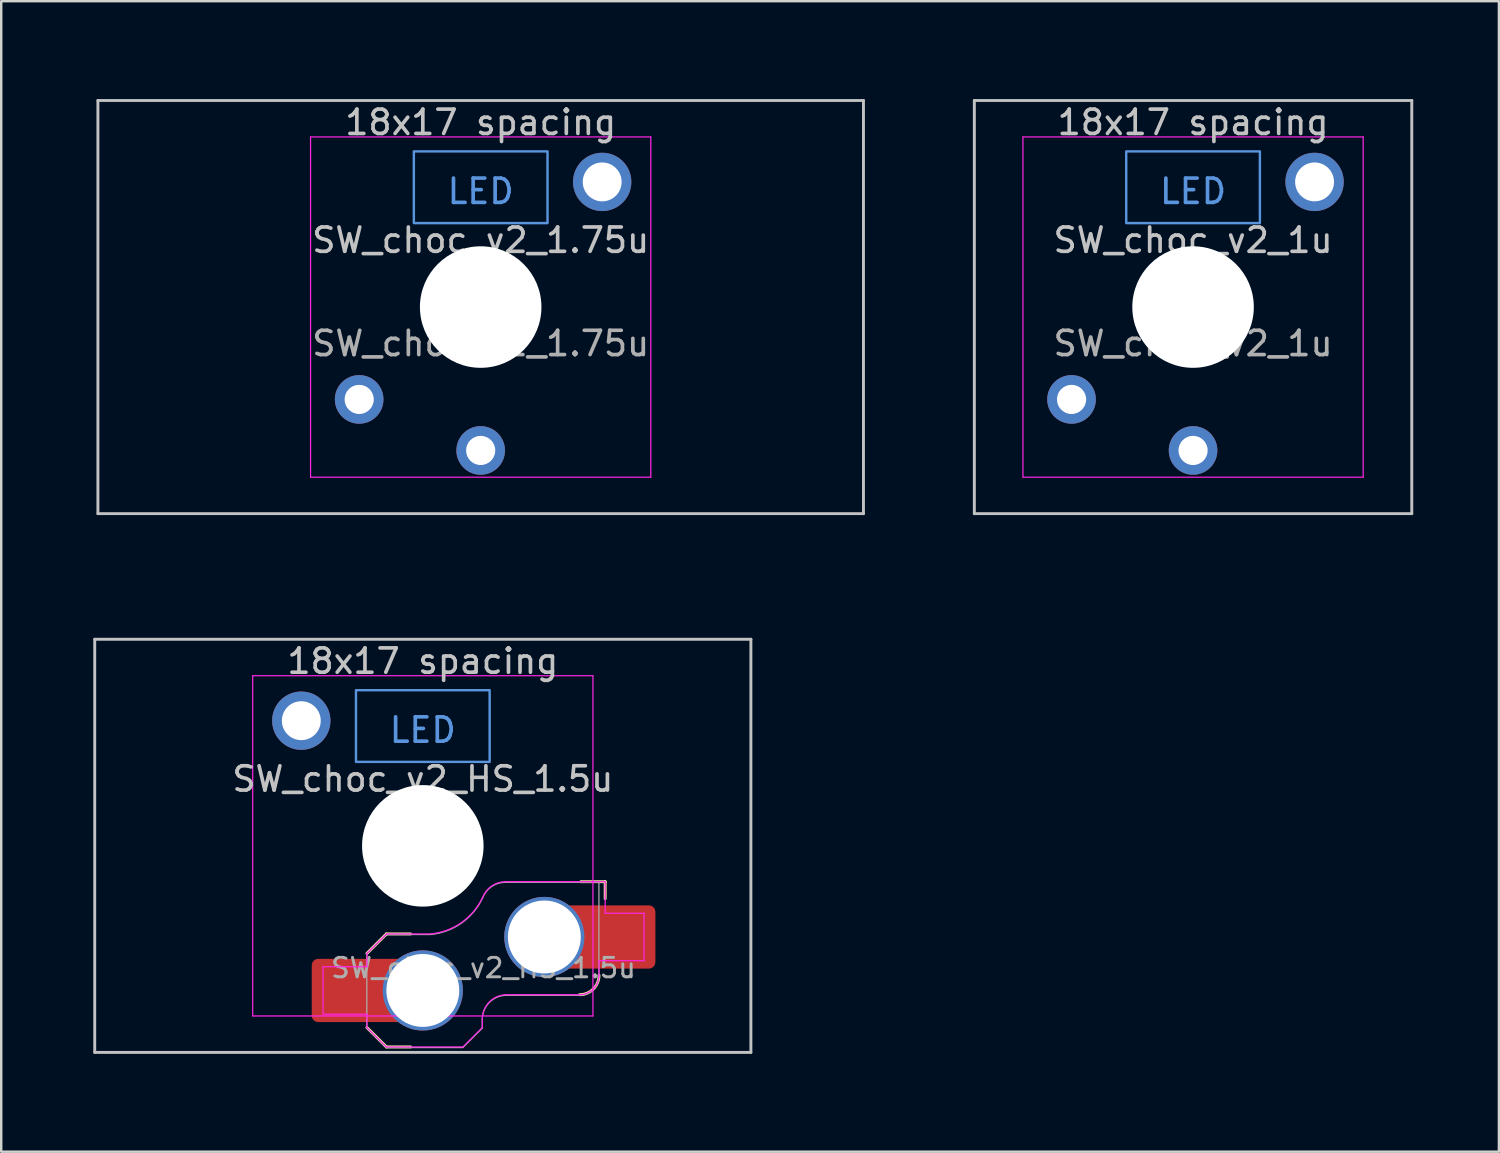
<source format=kicad_pcb>
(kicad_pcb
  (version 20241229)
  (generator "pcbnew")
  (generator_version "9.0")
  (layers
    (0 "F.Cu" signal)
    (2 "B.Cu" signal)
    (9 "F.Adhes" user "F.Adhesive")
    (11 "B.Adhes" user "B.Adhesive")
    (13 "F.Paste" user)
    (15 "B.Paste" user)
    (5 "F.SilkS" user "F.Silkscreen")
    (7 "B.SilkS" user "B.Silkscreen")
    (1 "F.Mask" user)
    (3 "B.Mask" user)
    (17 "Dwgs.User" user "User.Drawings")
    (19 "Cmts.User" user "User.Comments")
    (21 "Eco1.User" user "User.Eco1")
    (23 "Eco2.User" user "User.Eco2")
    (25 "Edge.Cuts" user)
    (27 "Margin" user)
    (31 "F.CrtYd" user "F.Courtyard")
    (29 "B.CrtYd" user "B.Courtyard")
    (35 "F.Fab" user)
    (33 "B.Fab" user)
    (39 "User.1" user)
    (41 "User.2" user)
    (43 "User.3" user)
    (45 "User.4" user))
  (footprint "SW_choc_v2_1u"
    (layer "F.Cu")
    (at 46.042 9.585)
    (property "Reference" "SW_choc_v2_1u" (at 0 -2.75 180) (layer "Dwgs.User") (effects (font (size 1 1) (thickness 0.15))))
    (attr through_hole exclude_from_pos_files exclude_from_bom)
    (fp_line (start -9 -8.5) (end 9 -8.5) (stroke (width 0.12) (type solid)) (layer "Dwgs.User"))
    (fp_line (start -9 8.5) (end -9 -8.5) (stroke (width 0.12) (type solid)) (layer "Dwgs.User"))
    (fp_line (start 9 -8.5) (end 9 8.5) (stroke (width 0.12) (type solid)) (layer "Dwgs.User"))
    (fp_line (start 9 8.5) (end -9 8.5) (stroke (width 0.12) (type solid)) (layer "Dwgs.User"))
    (fp_rect (start -2.75 -6.405) (end 2.75 -3.455) (stroke (width 0.1) (type default)) (fill no) (layer "Cmts.User"))
    (fp_line (start -9.525 -9.525) (end -9.525 9.525) (stroke (width 0.12) (type solid)) (layer "Eco1.User"))
    (fp_line (start -9.525 9.525) (end 9.525 9.525) (stroke (width 0.12) (type solid)) (layer "Eco1.User"))
    (fp_line (start 9.525 -9.525) (end -9.525 -9.525) (stroke (width 0.12) (type solid)) (layer "Eco1.User"))
    (fp_line (start 9.525 9.525) (end 9.525 -9.525) (stroke (width 0.12) (type solid)) (layer "Eco1.User"))
    (fp_line (start -6.95 6.45) (end -6.95 -6.45) (stroke (width 0.05) (type solid)) (layer "Eco2.User"))
    (fp_line (start -6.45 -6.95) (end 6.45 -6.95) (stroke (width 0.05) (type solid)) (layer "Eco2.User"))
    (fp_line (start 6.45 6.95) (end -6.45 6.95) (stroke (width 0.05) (type solid)) (layer "Eco2.User"))
    (fp_line (start 6.95 -6.45) (end 6.95 6.45) (stroke (width 0.05) (type solid)) (layer "Eco2.User"))
    (fp_arc (start -6.95 -6.45) (mid -6.803553 -6.803553) (end -6.45 -6.95) (stroke (width 0.05) (type solid)) (layer "Eco2.User"))
    (fp_arc (start -6.45 6.95) (mid -6.803553 6.803553) (end -6.95 6.45) (stroke (width 0.05) (type solid)) (layer "Eco2.User"))
    (fp_arc (start 6.45 -6.95) (mid 6.803553 -6.803553) (end 6.95 -6.45) (stroke (width 0.05) (type solid)) (layer "Eco2.User"))
    (fp_arc (start 6.95 6.45) (mid 6.803553 6.803553) (end 6.45 6.95) (stroke (width 0.05) (type solid)) (layer "Eco2.User"))
    (fp_line (start -7 -7) (end 7 -7) (stroke (width 0.05) (type solid)) (layer "F.CrtYd"))
    (fp_line (start -7 7) (end -7 -7) (stroke (width 0.05) (type solid)) (layer "F.CrtYd"))
    (fp_line (start 7 -7) (end 7 7) (stroke (width 0.05) (type solid)) (layer "F.CrtYd"))
    (fp_line (start 7 7) (end -7 7) (stroke (width 0.05) (type solid)) (layer "F.CrtYd"))
    (fp_text user "18x17 spacing" (at 0 -7.6 180) (layer "Dwgs.User") (effects (font (size 1 1) (thickness 0.15))))
    (fp_text user "LED" (at 0 -4.763 0) (unlocked yes) (layer "Cmts.User") (effects (font (size 1 1) (thickness 0.15))))
    (fp_text user "19.05 spacing" (at 0 -8.7 180) (layer "Eco1.User") (effects (font (size 1 1) (thickness 0.15))))
    (fp_text user "${REFERENCE}" (at 0 1.5 0) (layer "F.Fab") (effects (font (size 1 1) (thickness 0.15))))
    (pad "" np_thru_hole circle (at 0 0 180) (size 5 5) (drill 5) (layers "*.Cu" "*.Mask"))
    (pad "1" thru_hole circle (at -5 3.8 180) (size 2 2) (drill 1.2) (layers "*.Cu" "B.Mask"))
    (pad "2" thru_hole circle (at 0 5.9 180) (size 2 2) (drill 1.2) (layers "*.Cu" "B.Mask"))
    (pad "MP" thru_hole circle (at 5 -5.15 180) (size 2.4 2.4) (drill 1.6) (layers "*.Cu" "B.Mask")))
  (footprint "SW_choc_v2_HS_1.5u"
    (layer "F.Cu")
    (at 14.348 31.755)
    (property "Reference" "SW_choc_v2_HS_1.5u" (at 0 -2.75 180) (layer "Dwgs.User") (effects (font (size 1 1) (thickness 0.15))))
    (attr smd)
    (fp_line (start -2.3 7.475) (end -1.5 8.275) (stroke (width 0.12) (type solid)) (layer "F.SilkS"))
    (fp_line (start -1.5 3.625) (end -2.3 4.425) (stroke (width 0.12) (type solid)) (layer "F.SilkS"))
    (fp_line (start -1.5 3.625) (end -0.5 3.625) (stroke (width 0.12) (type solid)) (layer "F.SilkS"))
    (fp_line (start -1.5 8.275) (end -0.5 8.275) (stroke (width 0.12) (type solid)) (layer "F.SilkS"))
    (fp_line (start 7.504 1.475) (end 6.504 1.475) (stroke (width 0.12) (type solid)) (layer "F.SilkS"))
    (fp_line (start 7.504 1.475) (end 7.504 2.175) (stroke (width 0.12) (type solid)) (layer "F.SilkS"))
    (fp_arc (start 7.25 5.325) (mid 7.015685 5.890685) (end 6.45 6.125) (stroke (width 0.12) (type solid)) (layer "F.SilkS"))
    (fp_line (start -13.5 -8.5) (end 13.5 -8.5) (stroke (width 0.12) (type solid)) (layer "Dwgs.User"))
    (fp_line (start -13.5 8.5) (end -13.5 -8.5) (stroke (width 0.12) (type solid)) (layer "Dwgs.User"))
    (fp_line (start 13.5 -8.5) (end 13.5 8.5) (stroke (width 0.12) (type solid)) (layer "Dwgs.User"))
    (fp_line (start 13.5 8.5) (end -13.5 8.5) (stroke (width 0.12) (type solid)) (layer "Dwgs.User"))
    (fp_rect (start -2.75 -6.405) (end 2.75 -3.455) (stroke (width 0.1) (type default)) (fill no) (layer "Cmts.User"))
    (fp_line (start -14.287 -9.525) (end -14.287 9.525) (stroke (width 0.12) (type solid)) (layer "Eco1.User"))
    (fp_line (start -14.287 9.525) (end 14.287 9.525) (stroke (width 0.12) (type solid)) (layer "Eco1.User"))
    (fp_line (start 14.287 -9.525) (end -14.287 -9.525) (stroke (width 0.12) (type solid)) (layer "Eco1.User"))
    (fp_line (start 14.287 9.525) (end 14.287 -9.525) (stroke (width 0.12) (type solid)) (layer "Eco1.User"))
    (fp_line (start -6.95 6.45) (end -6.95 -6.45) (stroke (width 0.05) (type solid)) (layer "Eco2.User"))
    (fp_line (start -6.45 -6.95) (end 6.45 -6.95) (stroke (width 0.05) (type solid)) (layer "Eco2.User"))
    (fp_line (start 6.45 6.95) (end -6.45 6.95) (stroke (width 0.05) (type solid)) (layer "Eco2.User"))
    (fp_line (start 6.95 -6.45) (end 6.95 6.45) (stroke (width 0.05) (type solid)) (layer "Eco2.User"))
    (fp_arc (start -6.95 -6.45) (mid -6.803553 -6.803553) (end -6.45 -6.95) (stroke (width 0.05) (type solid)) (layer "Eco2.User"))
    (fp_arc (start -6.45 6.95) (mid -6.803553 6.803553) (end -6.95 6.45) (stroke (width 0.05) (type solid)) (layer "Eco2.User"))
    (fp_arc (start 6.45 -6.95) (mid 6.803553 -6.803553) (end 6.95 -6.45) (stroke (width 0.05) (type solid)) (layer "Eco2.User"))
    (fp_arc (start 6.95 6.45) (mid 6.803553 6.803553) (end 6.45 6.95) (stroke (width 0.05) (type solid)) (layer "Eco2.User"))
    (fp_arc (start 6.95 6.45) (mid 6.803553 6.803553) (end 6.45 6.95) (stroke (width 0.05) (type solid)) (layer "Eco2.User"))
    (fp_line (start -7 -7) (end 7 -7) (stroke (width 0.05) (type solid)) (layer "F.CrtYd"))
    (fp_line (start -7 7) (end -7 -7) (stroke (width 0.05) (type solid)) (layer "F.CrtYd"))
    (fp_line (start -4.104 4.975) (end -4.104 6.925) (stroke (width 0.05) (type solid)) (layer "F.CrtYd"))
    (fp_line (start -4.104 4.975) (end -2.3 4.975) (stroke (width 0.05) (type solid)) (layer "F.CrtYd"))
    (fp_line (start -4.104 6.925) (end -2.3 6.925) (stroke (width 0.05) (type solid)) (layer "F.CrtYd"))
    (fp_line (start -2.3 4.975) (end -2.3 4.425) (stroke (width 0.05) (type solid)) (layer "F.CrtYd"))
    (fp_line (start -2.3 7.475) (end -2.3 6.925) (stroke (width 0.05) (type solid)) (layer "F.CrtYd"))
    (fp_line (start -2.3 7.475) (end -1.5 8.275) (stroke (width 0.05) (type solid)) (layer "F.CrtYd"))
    (fp_line (start -1.5 3.625) (end -2.3 4.425) (stroke (width 0.05) (type solid)) (layer "F.CrtYd"))
    (fp_line (start -1.5 3.625) (end 0.3 3.625) (stroke (width 0.05) (type solid)) (layer "F.CrtYd"))
    (fp_line (start -1.5 8.275) (end 1.65 8.275) (stroke (width 0.05) (type solid)) (layer "F.CrtYd"))
    (fp_line (start 2.45 7.475) (end 1.65 8.275) (stroke (width 0.05) (type solid)) (layer "F.CrtYd"))
    (fp_line (start 2.45 7.475) (end 2.45 7.125) (stroke (width 0.05) (type solid)) (layer "F.CrtYd"))
    (fp_line (start 3.45 6.125) (end 6.45 6.125) (stroke (width 0.05) (type solid)) (layer "F.CrtYd"))
    (fp_line (start 7 -7) (end 7 7) (stroke (width 0.05) (type solid)) (layer "F.CrtYd"))
    (fp_line (start 7 7) (end -7 7) (stroke (width 0.05) (type solid)) (layer "F.CrtYd"))
    (fp_line (start 7.25 4.725) (end 9.104 4.725) (stroke (width 0.05) (type solid)) (layer "F.CrtYd"))
    (fp_line (start 7.25 5.325) (end 7.25 4.725) (stroke (width 0.05) (type solid)) (layer "F.CrtYd"))
    (fp_line (start 7.504 1.475) (end 3.4 1.475) (stroke (width 0.05) (type solid)) (layer "F.CrtYd"))
    (fp_line (start 7.504 1.475) (end 7.504 2.175) (stroke (width 0.05) (type solid)) (layer "F.CrtYd"))
    (fp_line (start 7.504 2.175) (end 7.504 2.775) (stroke (width 0.05) (type solid)) (layer "F.CrtYd"))
    (fp_line (start 9.104 2.775) (end 7.504 2.775) (stroke (width 0.05) (type solid)) (layer "F.CrtYd"))
    (fp_line (start 9.104 4.725) (end 9.104 2.775) (stroke (width 0.05) (type solid)) (layer "F.CrtYd"))
    (fp_arc (start 2.45 7.125) (mid 2.742893 6.417893) (end 3.45 6.125) (stroke (width 0.05) (type solid)) (layer "F.CrtYd"))
    (fp_arc (start 2.455444 2.13293) (mid 1.577272 3.167235) (end 0.299999 3.624999) (stroke (width 0.05) (type solid)) (layer "F.CrtYd"))
    (fp_arc (start 2.460307 2.13298) (mid 2.826423 1.655848) (end 3.4 1.475) (stroke (width 0.05) (type solid)) (layer "F.CrtYd"))
    (fp_arc (start 7.25 5.325) (mid 7.015685 5.890685) (end 6.45 6.125) (stroke (width 0.05) (type solid)) (layer "F.CrtYd"))
    (fp_line (start -2.304 7.5) (end -2.304 4.45) (stroke (width 0.05) (type solid)) (layer "F.Fab"))
    (fp_line (start -2.304 7.5) (end -1.504 8.3) (stroke (width 0.05) (type solid)) (layer "F.Fab"))
    (fp_line (start -1.504 3.65) (end -2.304 4.45) (stroke (width 0.05) (type solid)) (layer "F.Fab"))
    (fp_line (start -1.504 3.65) (end 0.296 3.65) (stroke (width 0.05) (type solid)) (layer "F.Fab"))
    (fp_line (start -1.504 8.3) (end 1.646 8.3) (stroke (width 0.05) (type solid)) (layer "F.Fab"))
    (fp_line (start 2.446 7.5) (end 1.646 8.3) (stroke (width 0.05) (type solid)) (layer "F.Fab"))
    (fp_line (start 2.446 7.5) (end 2.446 7.15) (stroke (width 0.05) (type solid)) (layer "F.Fab"))
    (fp_line (start 3.446 6.15) (end 6.446 6.15) (stroke (width 0.05) (type solid)) (layer "F.Fab"))
    (fp_line (start 7.246 1.5) (end 3.396 1.5) (stroke (width 0.05) (type solid)) (layer "F.Fab"))
    (fp_line (start 7.246 5.35) (end 7.246 1.5) (stroke (width 0.05) (type solid)) (layer "F.Fab"))
    (fp_arc (start 2.446 7.15) (mid 2.738893 6.442893) (end 3.446 6.15) (stroke (width 0.05) (type solid)) (layer "F.Fab"))
    (fp_arc (start 2.451444 2.15793) (mid 1.573272 3.192235) (end 0.295999 3.649999) (stroke (width 0.05) (type solid)) (layer "F.Fab"))
    (fp_arc (start 2.456307 2.15798) (mid 2.822423 1.680848) (end 3.396 1.5) (stroke (width 0.05) (type solid)) (layer "F.Fab"))
    (fp_arc (start 7.246 5.35) (mid 7.011685 5.915685) (end 6.446 6.15) (stroke (width 0.05) (type solid)) (layer "F.Fab"))
    (fp_text user "18x17 spacing" (at 0 -7.6 0) (layer "Dwgs.User") (effects (font (size 1 1) (thickness 0.15))))
    (fp_text user "LED" (at 0 -4.763 0) (unlocked yes) (layer "Cmts.User") (effects (font (size 1 1) (thickness 0.15))))
    (fp_text user "19.05 spacing" (at 0 -8.7 0) (layer "Eco1.User") (effects (font (size 1 1) (thickness 0.15))))
    (fp_text user "${REFERENCE}" (at 2.496 5.025 0) (layer "F.Fab") (effects (font (size 0.8 0.8) (thickness 0.12))))
    (pad "" np_thru_hole circle (at 0 0 180) (size 5 5) (drill 5) (layers "*.Cu" "*.Mask"))
    (pad "1" thru_hole circle (at 5 3.75) (size 3.3 3.3) (drill 3) (layers "*.Cu" "F.Mask"))
    (pad "1" smd rect (at 6.55 3.75) (size 1.2 2.6) (layers "F.Cu"))
    (pad "1" smd roundrect (at 8.245 3.75) (size 2.65 2.6) (layers "F.Cu" "F.Mask" "F.Paste") (roundrect_rratio 0.1))
    (pad "2" smd roundrect (at -3.245 5.95) (size 2.65 2.6) (layers "F.Cu" "F.Mask" "F.Paste") (roundrect_rratio 0.1))
    (pad "2" smd rect (at -1.55 5.95 180) (size 1.2 2.6) (layers "F.Cu"))
    (pad "2" thru_hole circle (at 0 5.95) (size 3.3 3.3) (drill 3) (layers "*.Cu" "F.Mask"))
    (pad "MP" thru_hole circle (at -5 -5.15 180) (size 2.4 2.4) (drill 1.6) (layers "*.Cu" "F.Mask")))
  (footprint "SW_choc_v2_1.75u"
    (layer "F.Cu")
    (at 16.729 9.585)
    (property "Reference" "SW_choc_v2_1.75u" (at 0 -2.75 180) (layer "Dwgs.User") (effects (font (size 1 1) (thickness 0.15))))
    (attr through_hole exclude_from_pos_files exclude_from_bom)
    (fp_line (start -15.75 -8.5) (end 15.75 -8.5) (stroke (width 0.12) (type solid)) (layer "Dwgs.User"))
    (fp_line (start -15.75 8.5) (end -15.75 -8.5) (stroke (width 0.12) (type solid)) (layer "Dwgs.User"))
    (fp_line (start 15.75 -8.5) (end 15.75 8.5) (stroke (width 0.12) (type solid)) (layer "Dwgs.User"))
    (fp_line (start 15.75 8.5) (end -15.75 8.5) (stroke (width 0.12) (type solid)) (layer "Dwgs.User"))
    (fp_rect (start -2.75 -6.405) (end 2.75 -3.455) (stroke (width 0.1) (type default)) (fill no) (layer "Cmts.User"))
    (fp_line (start -16.669 -9.525) (end -16.669 9.525) (stroke (width 0.12) (type solid)) (layer "Eco1.User"))
    (fp_line (start -16.669 9.525) (end 16.669 9.525) (stroke (width 0.12) (type solid)) (layer "Eco1.User"))
    (fp_line (start 16.669 -9.525) (end -16.669 -9.525) (stroke (width 0.12) (type solid)) (layer "Eco1.User"))
    (fp_line (start 16.669 9.525) (end 16.669 -9.525) (stroke (width 0.12) (type solid)) (layer "Eco1.User"))
    (fp_line (start -6.95 6.45) (end -6.95 -6.45) (stroke (width 0.05) (type solid)) (layer "Eco2.User"))
    (fp_line (start -6.45 -6.95) (end 6.45 -6.95) (stroke (width 0.05) (type solid)) (layer "Eco2.User"))
    (fp_line (start 6.45 6.95) (end -6.45 6.95) (stroke (width 0.05) (type solid)) (layer "Eco2.User"))
    (fp_line (start 6.95 -6.45) (end 6.95 6.45) (stroke (width 0.05) (type solid)) (layer "Eco2.User"))
    (fp_arc (start -6.95 -6.45) (mid -6.803553 -6.803553) (end -6.45 -6.95) (stroke (width 0.05) (type solid)) (layer "Eco2.User"))
    (fp_arc (start -6.45 6.95) (mid -6.803553 6.803553) (end -6.95 6.45) (stroke (width 0.05) (type solid)) (layer "Eco2.User"))
    (fp_arc (start 6.45 -6.95) (mid 6.803553 -6.803553) (end 6.95 -6.45) (stroke (width 0.05) (type solid)) (layer "Eco2.User"))
    (fp_arc (start 6.95 6.45) (mid 6.803553 6.803553) (end 6.45 6.95) (stroke (width 0.05) (type solid)) (layer "Eco2.User"))
    (fp_line (start -7 -7) (end 7 -7) (stroke (width 0.05) (type solid)) (layer "F.CrtYd"))
    (fp_line (start -7 7) (end -7 -7) (stroke (width 0.05) (type solid)) (layer "F.CrtYd"))
    (fp_line (start 7 -7) (end 7 7) (stroke (width 0.05) (type solid)) (layer "F.CrtYd"))
    (fp_line (start 7 7) (end -7 7) (stroke (width 0.05) (type solid)) (layer "F.CrtYd"))
    (fp_text user "18x17 spacing" (at 0 -7.6 0) (layer "Dwgs.User") (effects (font (size 1 1) (thickness 0.15))))
    (fp_text user "LED" (at 0 -4.763 0) (unlocked yes) (layer "Cmts.User") (effects (font (size 1 1) (thickness 0.15))))
    (fp_text user "19.05 spacing" (at 0 -8.7 0) (layer "Eco1.User") (effects (font (size 1 1) (thickness 0.15))))
    (fp_text user "${REFERENCE}" (at 0 1.5 0) (layer "F.Fab") (effects (font (size 1 1) (thickness 0.15))))
    (pad "" np_thru_hole circle (at 0 0 180) (size 5 5) (drill 5) (layers "*.Cu" "*.Mask"))
    (pad "1" thru_hole circle (at -5 3.8 180) (size 2 2) (drill 1.2) (layers "*.Cu" "B.Mask"))
    (pad "2" thru_hole circle (at 0 5.9 180) (size 2 2) (drill 1.2) (layers "*.Cu" "B.Mask"))
    (pad "MP" thru_hole circle (at 5 -5.15 180) (size 2.4 2.4) (drill 1.6) (layers "*.Cu" "B.Mask")))
  (gr_rect
    (start -3 -3)
    (end 58.627 44.34)
    (stroke (width 0.1) (type default))
    (fill no)
    (layer "Edge.Cuts")))
</source>
